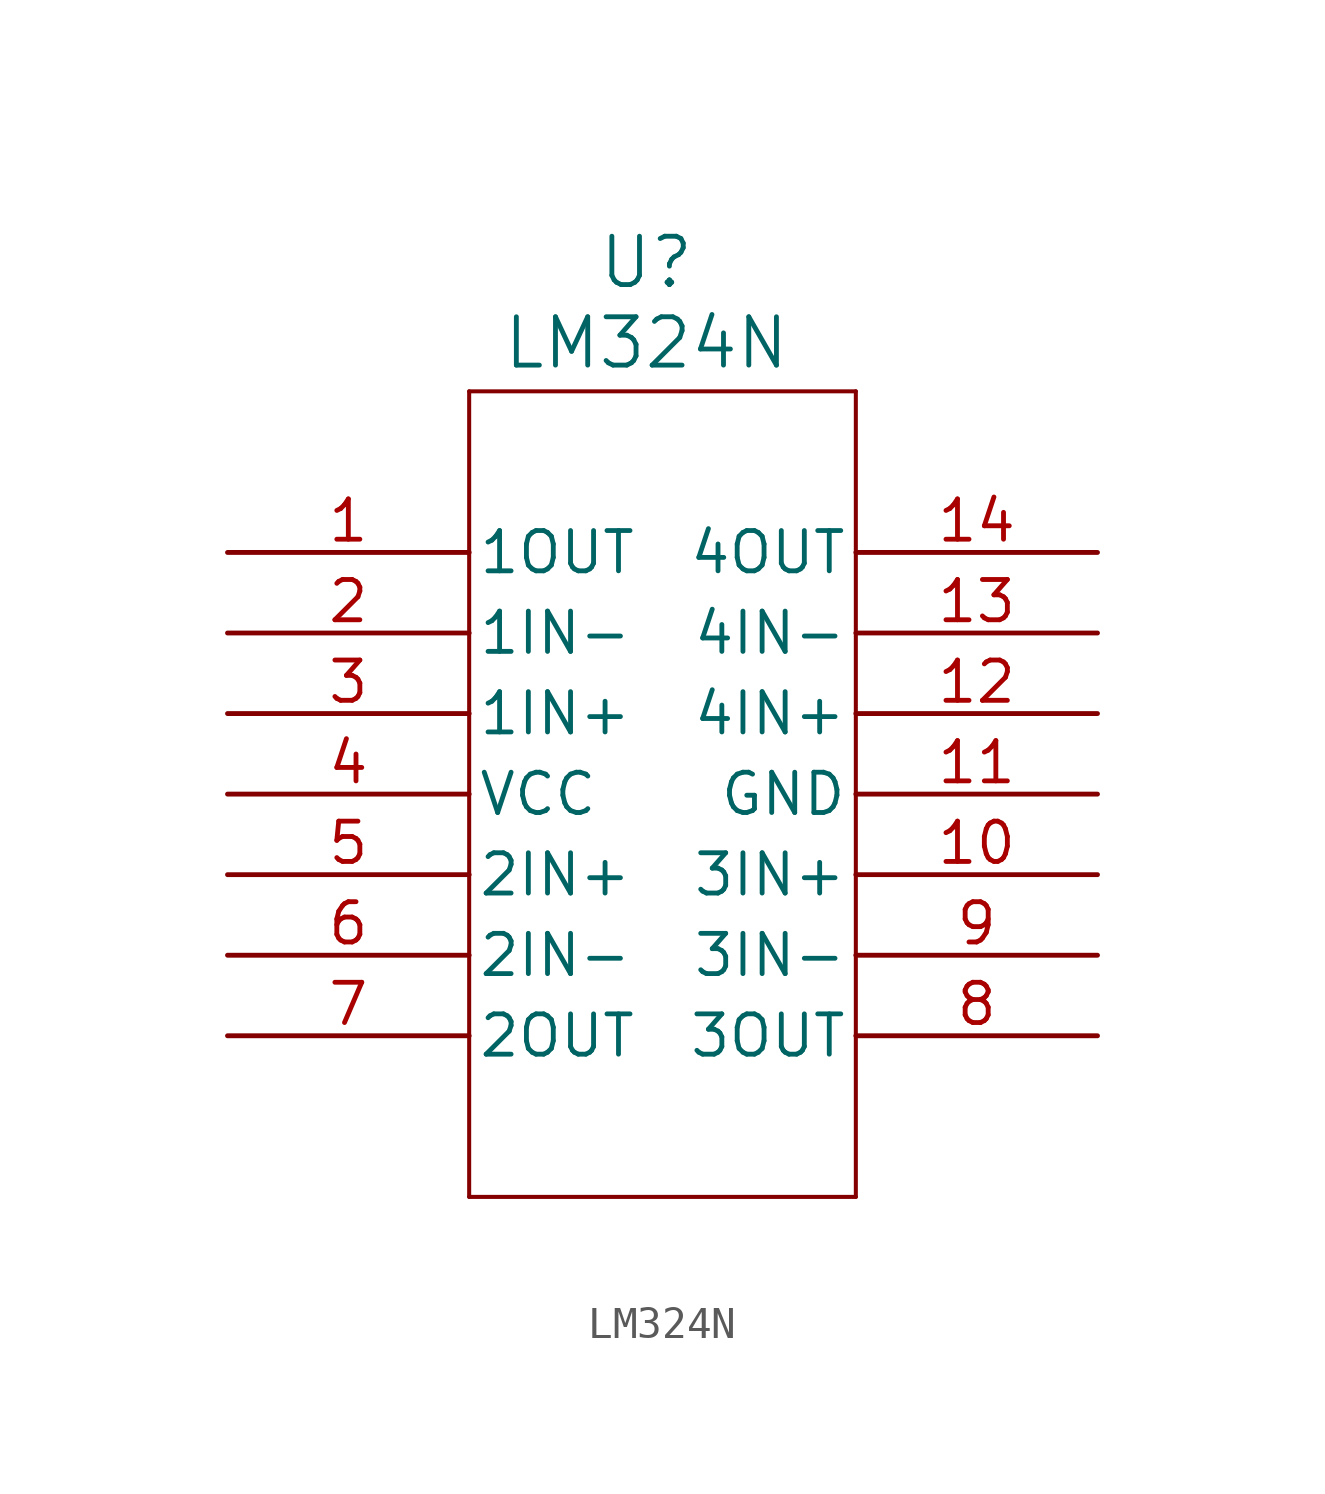
<source format=kicad_sym>
(kicad_symbol_lib
  (version 20220914)
  (generator kicad_symbol_editor)
  (symbol "LM324N"
    (pin_names
      (offset 0.254))
    (property "Reference" "U"
      (at 13.208 9.144 0)
      (effects (font (size 1.524 1.524))))
    (property "Value" "LM324N"
      (at 13.208 6.604 0)
      (effects (font (size 1.524 1.524))))
    (property "ki_locked" ""
      (at 0 0 0)
      (effects (font (size 1.27 1.27))))
    (symbol "LM324N_0_1"
      (polyline (pts (xy 7.62 -20.32) (xy 19.812 -20.32)) (stroke (width 0.127) (type default)) (fill (type none)))
      (polyline (pts (xy 7.62 5.08) (xy 7.62 -20.32)) (stroke (width 0.127) (type default)) (fill (type none)))
      (polyline (pts (xy 19.812 -20.32) (xy 19.812 5.08)) (stroke (width 0.127) (type default)) (fill (type none)))
      (polyline (pts (xy 19.812 5.08) (xy 7.62 5.08)) (stroke (width 0.127) (type default)) (fill (type none)))
      (pin output line (at 0 0 0) (length 7.62) (name "1OUT" (effects (font (size 1.27 1.27)))) (number "1" (effects (font (size 1.27 1.27)))))
      (pin input line (at 27.432 -10.16 180) (length 7.62) (name "3IN+" (effects (font (size 1.27 1.27)))) (number "10" (effects (font (size 1.27 1.27)))))
      (pin power_in line (at 27.432 -7.62 180) (length 7.62) (name "GND" (effects (font (size 1.27 1.27)))) (number "11" (effects (font (size 1.27 1.27)))))
      (pin input line (at 27.432 -5.08 180) (length 7.62) (name "4IN+" (effects (font (size 1.27 1.27)))) (number "12" (effects (font (size 1.27 1.27)))))
      (pin input line (at 27.432 -2.54 180) (length 7.62) (name "4IN-" (effects (font (size 1.27 1.27)))) (number "13" (effects (font (size 1.27 1.27)))))
      (pin output line (at 27.432 0 180) (length 7.62) (name "4OUT" (effects (font (size 1.27 1.27)))) (number "14" (effects (font (size 1.27 1.27)))))
      (pin input line (at 0 -2.54 0) (length 7.62) (name "1IN-" (effects (font (size 1.27 1.27)))) (number "2" (effects (font (size 1.27 1.27)))))
      (pin input line (at 0 -5.08 0) (length 7.62) (name "1IN+" (effects (font (size 1.27 1.27)))) (number "3" (effects (font (size 1.27 1.27)))))
      (pin power_in line (at 0 -7.62 0) (length 7.62) (name "VCC" (effects (font (size 1.27 1.27)))) (number "4" (effects (font (size 1.27 1.27)))))
      (pin input line (at 0 -10.16 0) (length 7.62) (name "2IN+" (effects (font (size 1.27 1.27)))) (number "5" (effects (font (size 1.27 1.27)))))
      (pin input line (at 0 -12.7 0) (length 7.62) (name "2IN-" (effects (font (size 1.27 1.27)))) (number "6" (effects (font (size 1.27 1.27)))))
      (pin output line (at 0 -15.24 0) (length 7.62) (name "2OUT" (effects (font (size 1.27 1.27)))) (number "7" (effects (font (size 1.27 1.27)))))
      (pin output line (at 27.432 -15.24 180) (length 7.62) (name "3OUT" (effects (font (size 1.27 1.27)))) (number "8" (effects (font (size 1.27 1.27)))))
      (pin input line (at 27.432 -12.7 180) (length 7.62) (name "3IN-" (effects (font (size 1.27 1.27)))) (number "9" (effects (font (size 1.27 1.27))))))))
</source>
